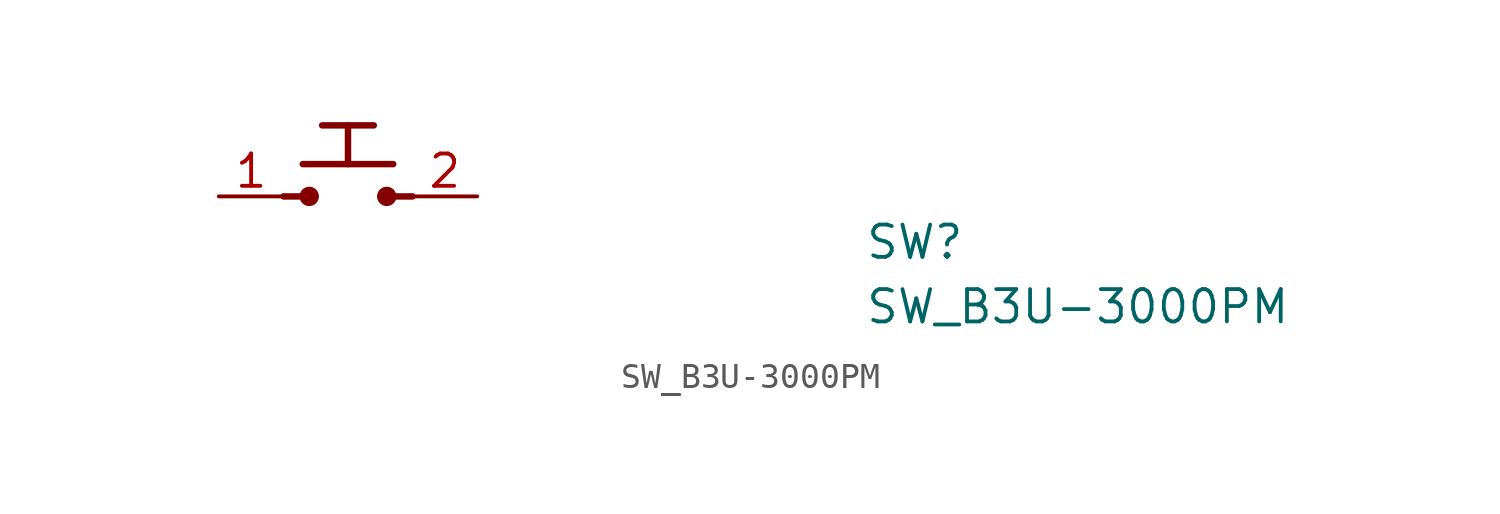
<source format=kicad_sym>
(kicad_symbol_lib
  (version 20211014)
  (generator kicad_symbol_editor)
  (symbol "SW_B3U-3000PM"
    (property "Reference" "SW"
      (at 25.4 -2.54 0)
      (effects (font (size 1.27 1.27) (thickness 0.15)) (justify left bottom)))
    (property "Value" "SW_B3U-3000PM"
      (at 25.4 -5.08 0)
      (effects (font (size 1.27 1.27) (thickness 0.15)) (justify left bottom)))
    (symbol "SW_B3U-3000PM_1_1"
      (polyline (pts (xy 2.54 0) (xy 3.302 0)) (stroke (width 0.254) (type default) (color 0 0 0 0)) (fill (type background)))
      (polyline (pts (xy 3.302 1.27) (xy 6.858 1.27)) (stroke (width 0.254) (type default) (color 0 0 0 0)) (fill (type background)))
      (polyline (pts (xy 4.064 2.794) (xy 6.096 2.794)) (stroke (width 0.254) (type default) (color 0 0 0 0)) (fill (type background)))
      (polyline (pts (xy 5.08 1.27) (xy 5.08 2.794)) (stroke (width 0.254) (type default) (color 0 0 0 0)) (fill (type background)))
      (polyline (pts (xy 7.62 0) (xy 6.858 0)) (stroke (width 0.254) (type default) (color 0 0 0 0)) (fill (type background)))
      (circle (center 3.556 0) (radius 0.254) (stroke (width 0.254) (type default) (color 0 0 0 0)) (fill (type outline)))
      (circle (center 6.604 0) (radius 0.254) (stroke (width 0.254) (type default) (color 0 0 0 0)) (fill (type outline)))
      (pin passive line (at 0 0 0) (length 2.54) (name "~" (effects (font (size 1.27 1.27)))) (number "1" (effects (font (size 1.27 1.27)))))
      (pin passive line (at 10.16 0 180) (length 2.54) (name "~" (effects (font (size 1.27 1.27)))) (number "2" (effects (font (size 1.27 1.27))))))))
</source>
